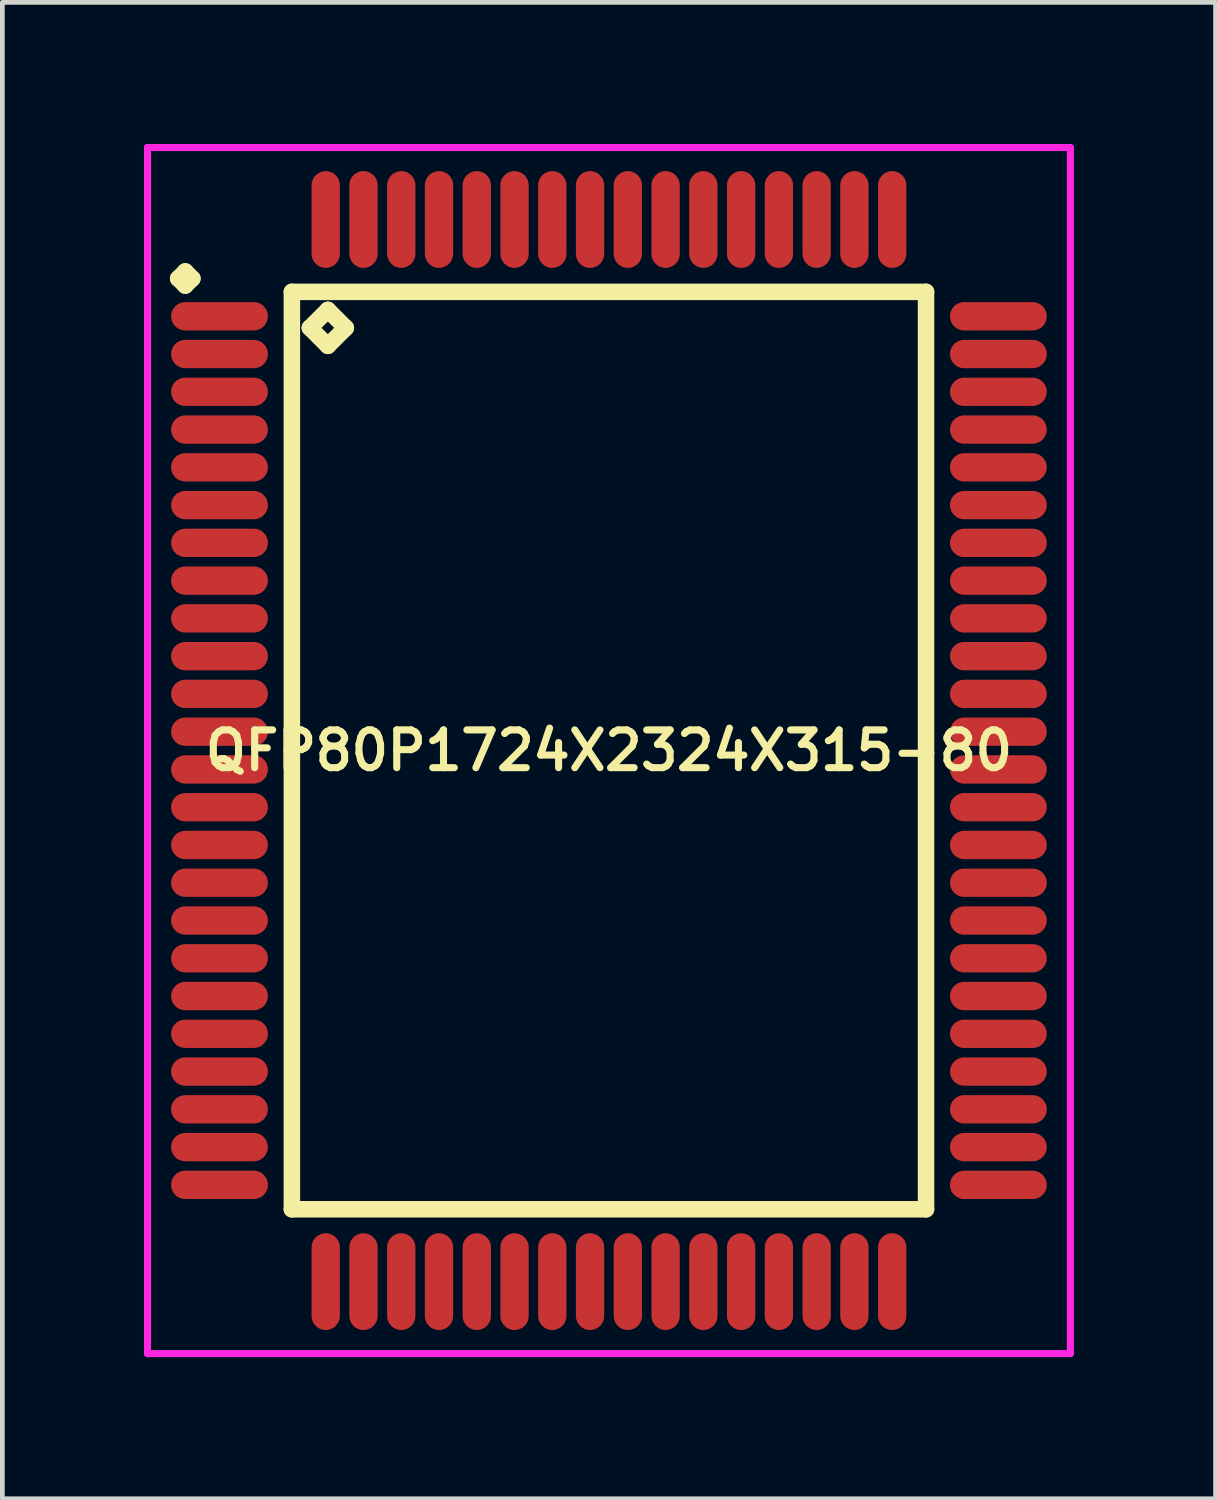
<source format=kicad_pcb>
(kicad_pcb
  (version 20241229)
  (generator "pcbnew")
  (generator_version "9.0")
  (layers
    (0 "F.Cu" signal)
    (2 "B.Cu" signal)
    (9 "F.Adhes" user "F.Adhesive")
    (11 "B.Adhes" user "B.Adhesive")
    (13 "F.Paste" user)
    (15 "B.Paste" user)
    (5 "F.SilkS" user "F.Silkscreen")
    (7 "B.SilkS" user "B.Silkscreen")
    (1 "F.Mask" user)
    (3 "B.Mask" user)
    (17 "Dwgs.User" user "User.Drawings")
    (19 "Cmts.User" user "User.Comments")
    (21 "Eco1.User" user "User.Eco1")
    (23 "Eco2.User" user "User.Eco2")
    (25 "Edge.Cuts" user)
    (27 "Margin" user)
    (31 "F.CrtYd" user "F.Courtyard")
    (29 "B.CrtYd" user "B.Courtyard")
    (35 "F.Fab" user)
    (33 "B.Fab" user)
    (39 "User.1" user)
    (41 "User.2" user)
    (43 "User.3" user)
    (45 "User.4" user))
  (footprint "QFP80P1724X2324X315-80"
    (layer "F.Cu")
    (at 9.85 12.85)
    (property "Reference" "QFP80P1724X2324X315-80" (at 0 0 0) (layer "F.SilkS") (effects (font (size 0.8 0.8) (thickness 0.15))))
    (attr smd)
    (fp_line (start -9.125 -10) (end -8.975 -10.15) (stroke (width 0.35) (type solid)) (layer "F.SilkS"))
    (fp_line (start -8.975 -10.15) (end -8.825 -10) (stroke (width 0.35) (type solid)) (layer "F.SilkS"))
    (fp_line (start -8.975 -9.85) (end -9.125 -10) (stroke (width 0.35) (type solid)) (layer "F.SilkS"))
    (fp_line (start -8.825 -10) (end -8.975 -9.85) (stroke (width 0.35) (type solid)) (layer "F.SilkS"))
    (fp_line (start -6.717 -9.717) (end -6.717 9.717) (stroke (width 0.35) (type solid)) (layer "F.SilkS"))
    (fp_line (start -6.717 9.717) (end 6.717 9.717) (stroke (width 0.35) (type solid)) (layer "F.SilkS"))
    (fp_line (start -6.336 -8.955) (end -5.955 -9.336) (stroke (width 0.35) (type solid)) (layer "F.SilkS"))
    (fp_line (start -5.955 -9.336) (end -5.574 -8.955) (stroke (width 0.35) (type solid)) (layer "F.SilkS"))
    (fp_line (start -5.955 -8.574) (end -6.336 -8.955) (stroke (width 0.35) (type solid)) (layer "F.SilkS"))
    (fp_line (start -5.574 -8.955) (end -5.955 -8.574) (stroke (width 0.35) (type solid)) (layer "F.SilkS"))
    (fp_line (start 6.717 -9.717) (end -6.717 -9.717) (stroke (width 0.35) (type solid)) (layer "F.SilkS"))
    (fp_line (start 6.717 9.717) (end 6.717 -9.717) (stroke (width 0.35) (type solid)) (layer "F.SilkS"))
    (fp_line (start -9.775 -12.775) (end 9.775 -12.775) (stroke (width 0.15) (type solid)) (layer "F.CrtYd"))
    (fp_line (start -9.775 12.775) (end -9.775 -12.775) (stroke (width 0.15) (type solid)) (layer "F.CrtYd"))
    (fp_line (start 9.775 -12.775) (end 9.775 12.775) (stroke (width 0.15) (type solid)) (layer "F.CrtYd"))
    (fp_line (start 9.775 12.775) (end -9.775 12.775) (stroke (width 0.15) (type solid)) (layer "F.CrtYd"))
    (pad "1" smd oval (at -8.25 -9.2) (size 2.05 0.6) (layers "F.Cu" "F.Mask" "F.Paste"))
    (pad "2" smd oval (at -8.25 -8.4) (size 2.05 0.6) (layers "F.Cu" "F.Mask" "F.Paste"))
    (pad "3" smd oval (at -8.25 -7.6) (size 2.05 0.6) (layers "F.Cu" "F.Mask" "F.Paste"))
    (pad "4" smd oval (at -8.25 -6.8) (size 2.05 0.6) (layers "F.Cu" "F.Mask" "F.Paste"))
    (pad "5" smd oval (at -8.25 -6) (size 2.05 0.6) (layers "F.Cu" "F.Mask" "F.Paste"))
    (pad "6" smd oval (at -8.25 -5.2) (size 2.05 0.6) (layers "F.Cu" "F.Mask" "F.Paste"))
    (pad "7" smd oval (at -8.25 -4.4) (size 2.05 0.6) (layers "F.Cu" "F.Mask" "F.Paste"))
    (pad "8" smd oval (at -8.25 -3.6) (size 2.05 0.6) (layers "F.Cu" "F.Mask" "F.Paste"))
    (pad "9" smd oval (at -8.25 -2.8) (size 2.05 0.6) (layers "F.Cu" "F.Mask" "F.Paste"))
    (pad "10" smd oval (at -8.25 -2) (size 2.05 0.6) (layers "F.Cu" "F.Mask" "F.Paste"))
    (pad "11" smd oval (at -8.25 -1.2) (size 2.05 0.6) (layers "F.Cu" "F.Mask" "F.Paste"))
    (pad "12" smd oval (at -8.25 -0.4) (size 2.05 0.6) (layers "F.Cu" "F.Mask" "F.Paste"))
    (pad "13" smd oval (at -8.25 0.4) (size 2.05 0.6) (layers "F.Cu" "F.Mask" "F.Paste"))
    (pad "14" smd oval (at -8.25 1.2) (size 2.05 0.6) (layers "F.Cu" "F.Mask" "F.Paste"))
    (pad "15" smd oval (at -8.25 2) (size 2.05 0.6) (layers "F.Cu" "F.Mask" "F.Paste"))
    (pad "16" smd oval (at -8.25 2.8) (size 2.05 0.6) (layers "F.Cu" "F.Mask" "F.Paste"))
    (pad "17" smd oval (at -8.25 3.6) (size 2.05 0.6) (layers "F.Cu" "F.Mask" "F.Paste"))
    (pad "18" smd oval (at -8.25 4.4) (size 2.05 0.6) (layers "F.Cu" "F.Mask" "F.Paste"))
    (pad "19" smd oval (at -8.25 5.2) (size 2.05 0.6) (layers "F.Cu" "F.Mask" "F.Paste"))
    (pad "20" smd oval (at -8.25 6) (size 2.05 0.6) (layers "F.Cu" "F.Mask" "F.Paste"))
    (pad "21" smd oval (at -8.25 6.8) (size 2.05 0.6) (layers "F.Cu" "F.Mask" "F.Paste"))
    (pad "22" smd oval (at -8.25 7.6) (size 2.05 0.6) (layers "F.Cu" "F.Mask" "F.Paste"))
    (pad "23" smd oval (at -8.25 8.4) (size 2.05 0.6) (layers "F.Cu" "F.Mask" "F.Paste"))
    (pad "24" smd oval (at -8.25 9.2) (size 2.05 0.6) (layers "F.Cu" "F.Mask" "F.Paste"))
    (pad "25" smd oval (at -6 11.25) (size 0.6 2.05) (layers "F.Cu" "F.Mask" "F.Paste"))
    (pad "26" smd oval (at -5.2 11.25) (size 0.6 2.05) (layers "F.Cu" "F.Mask" "F.Paste"))
    (pad "27" smd oval (at -4.4 11.25) (size 0.6 2.05) (layers "F.Cu" "F.Mask" "F.Paste"))
    (pad "28" smd oval (at -3.6 11.25) (size 0.6 2.05) (layers "F.Cu" "F.Mask" "F.Paste"))
    (pad "29" smd oval (at -2.8 11.25) (size 0.6 2.05) (layers "F.Cu" "F.Mask" "F.Paste"))
    (pad "30" smd oval (at -2 11.25) (size 0.6 2.05) (layers "F.Cu" "F.Mask" "F.Paste"))
    (pad "31" smd oval (at -1.2 11.25) (size 0.6 2.05) (layers "F.Cu" "F.Mask" "F.Paste"))
    (pad "32" smd oval (at -0.4 11.25) (size 0.6 2.05) (layers "F.Cu" "F.Mask" "F.Paste"))
    (pad "33" smd oval (at 0.4 11.25) (size 0.6 2.05) (layers "F.Cu" "F.Mask" "F.Paste"))
    (pad "34" smd oval (at 1.2 11.25) (size 0.6 2.05) (layers "F.Cu" "F.Mask" "F.Paste"))
    (pad "35" smd oval (at 2 11.25) (size 0.6 2.05) (layers "F.Cu" "F.Mask" "F.Paste"))
    (pad "36" smd oval (at 2.8 11.25) (size 0.6 2.05) (layers "F.Cu" "F.Mask" "F.Paste"))
    (pad "37" smd oval (at 3.6 11.25) (size 0.6 2.05) (layers "F.Cu" "F.Mask" "F.Paste"))
    (pad "38" smd oval (at 4.4 11.25) (size 0.6 2.05) (layers "F.Cu" "F.Mask" "F.Paste"))
    (pad "39" smd oval (at 5.2 11.25) (size 0.6 2.05) (layers "F.Cu" "F.Mask" "F.Paste"))
    (pad "40" smd oval (at 6 11.25) (size 0.6 2.05) (layers "F.Cu" "F.Mask" "F.Paste"))
    (pad "41" smd oval (at 8.25 9.2) (size 2.05 0.6) (layers "F.Cu" "F.Mask" "F.Paste"))
    (pad "42" smd oval (at 8.25 8.4) (size 2.05 0.6) (layers "F.Cu" "F.Mask" "F.Paste"))
    (pad "43" smd oval (at 8.25 7.6) (size 2.05 0.6) (layers "F.Cu" "F.Mask" "F.Paste"))
    (pad "44" smd oval (at 8.25 6.8) (size 2.05 0.6) (layers "F.Cu" "F.Mask" "F.Paste"))
    (pad "45" smd oval (at 8.25 6) (size 2.05 0.6) (layers "F.Cu" "F.Mask" "F.Paste"))
    (pad "46" smd oval (at 8.25 5.2) (size 2.05 0.6) (layers "F.Cu" "F.Mask" "F.Paste"))
    (pad "47" smd oval (at 8.25 4.4) (size 2.05 0.6) (layers "F.Cu" "F.Mask" "F.Paste"))
    (pad "48" smd oval (at 8.25 3.6) (size 2.05 0.6) (layers "F.Cu" "F.Mask" "F.Paste"))
    (pad "49" smd oval (at 8.25 2.8) (size 2.05 0.6) (layers "F.Cu" "F.Mask" "F.Paste"))
    (pad "50" smd oval (at 8.25 2) (size 2.05 0.6) (layers "F.Cu" "F.Mask" "F.Paste"))
    (pad "51" smd oval (at 8.25 1.2) (size 2.05 0.6) (layers "F.Cu" "F.Mask" "F.Paste"))
    (pad "52" smd oval (at 8.25 0.4) (size 2.05 0.6) (layers "F.Cu" "F.Mask" "F.Paste"))
    (pad "53" smd oval (at 8.25 -0.4) (size 2.05 0.6) (layers "F.Cu" "F.Mask" "F.Paste"))
    (pad "54" smd oval (at 8.25 -1.2) (size 2.05 0.6) (layers "F.Cu" "F.Mask" "F.Paste"))
    (pad "55" smd oval (at 8.25 -2) (size 2.05 0.6) (layers "F.Cu" "F.Mask" "F.Paste"))
    (pad "56" smd oval (at 8.25 -2.8) (size 2.05 0.6) (layers "F.Cu" "F.Mask" "F.Paste"))
    (pad "57" smd oval (at 8.25 -3.6) (size 2.05 0.6) (layers "F.Cu" "F.Mask" "F.Paste"))
    (pad "58" smd oval (at 8.25 -4.4) (size 2.05 0.6) (layers "F.Cu" "F.Mask" "F.Paste"))
    (pad "59" smd oval (at 8.25 -5.2) (size 2.05 0.6) (layers "F.Cu" "F.Mask" "F.Paste"))
    (pad "60" smd oval (at 8.25 -6) (size 2.05 0.6) (layers "F.Cu" "F.Mask" "F.Paste"))
    (pad "61" smd oval (at 8.25 -6.8) (size 2.05 0.6) (layers "F.Cu" "F.Mask" "F.Paste"))
    (pad "62" smd oval (at 8.25 -7.6) (size 2.05 0.6) (layers "F.Cu" "F.Mask" "F.Paste"))
    (pad "63" smd oval (at 8.25 -8.4) (size 2.05 0.6) (layers "F.Cu" "F.Mask" "F.Paste"))
    (pad "64" smd oval (at 8.25 -9.2) (size 2.05 0.6) (layers "F.Cu" "F.Mask" "F.Paste"))
    (pad "65" smd oval (at 6 -11.25) (size 0.6 2.05) (layers "F.Cu" "F.Mask" "F.Paste"))
    (pad "66" smd oval (at 5.2 -11.25) (size 0.6 2.05) (layers "F.Cu" "F.Mask" "F.Paste"))
    (pad "67" smd oval (at 4.4 -11.25) (size 0.6 2.05) (layers "F.Cu" "F.Mask" "F.Paste"))
    (pad "68" smd oval (at 3.6 -11.25) (size 0.6 2.05) (layers "F.Cu" "F.Mask" "F.Paste"))
    (pad "69" smd oval (at 2.8 -11.25) (size 0.6 2.05) (layers "F.Cu" "F.Mask" "F.Paste"))
    (pad "70" smd oval (at 2 -11.25) (size 0.6 2.05) (layers "F.Cu" "F.Mask" "F.Paste"))
    (pad "71" smd oval (at 1.2 -11.25) (size 0.6 2.05) (layers "F.Cu" "F.Mask" "F.Paste"))
    (pad "72" smd oval (at 0.4 -11.25) (size 0.6 2.05) (layers "F.Cu" "F.Mask" "F.Paste"))
    (pad "73" smd oval (at -0.4 -11.25) (size 0.6 2.05) (layers "F.Cu" "F.Mask" "F.Paste"))
    (pad "74" smd oval (at -1.2 -11.25) (size 0.6 2.05) (layers "F.Cu" "F.Mask" "F.Paste"))
    (pad "75" smd oval (at -2 -11.25) (size 0.6 2.05) (layers "F.Cu" "F.Mask" "F.Paste"))
    (pad "76" smd oval (at -2.8 -11.25) (size 0.6 2.05) (layers "F.Cu" "F.Mask" "F.Paste"))
    (pad "77" smd oval (at -3.6 -11.25) (size 0.6 2.05) (layers "F.Cu" "F.Mask" "F.Paste"))
    (pad "78" smd oval (at -4.4 -11.25) (size 0.6 2.05) (layers "F.Cu" "F.Mask" "F.Paste"))
    (pad "79" smd oval (at -5.2 -11.25) (size 0.6 2.05) (layers "F.Cu" "F.Mask" "F.Paste"))
    (pad "80" smd oval (at -6 -11.25) (size 0.6 2.05) (layers "F.Cu" "F.Mask" "F.Paste")))
  (gr_rect
    (start -3 -3)
    (end 22.7 28.7)
    (stroke (width 0.1) (type default))
    (fill no)
    (layer "Edge.Cuts")))
</source>
